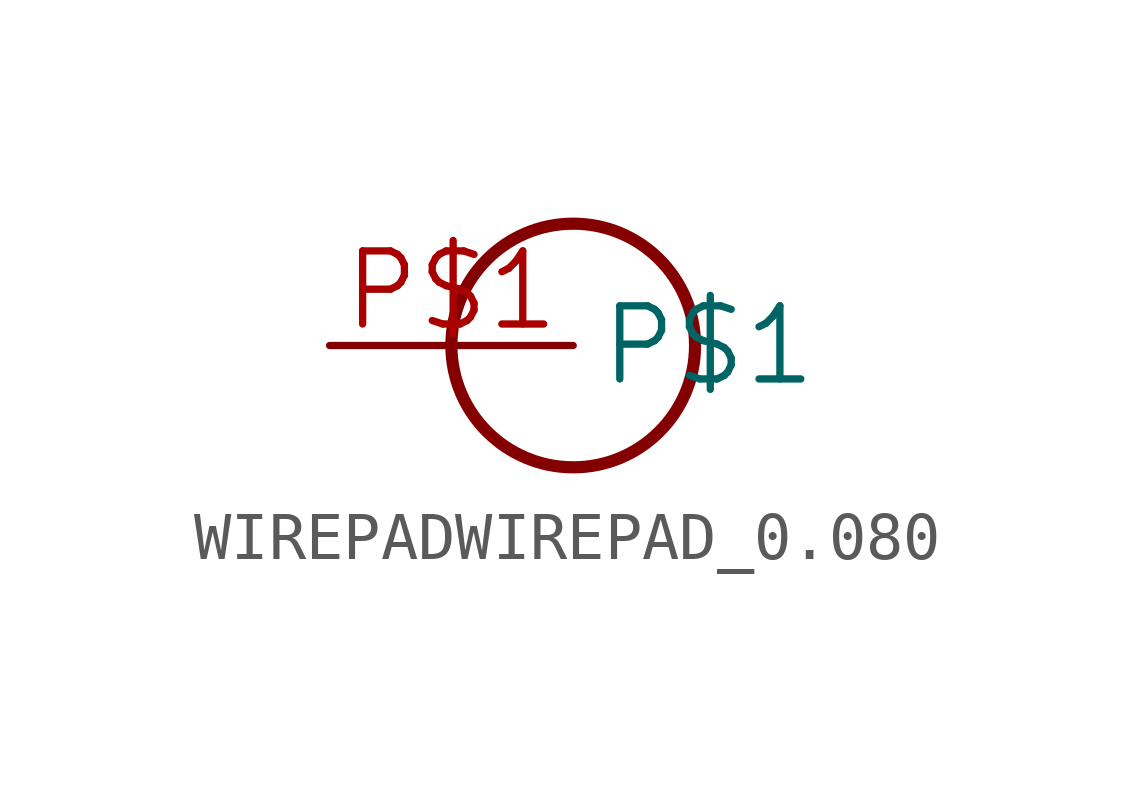
<source format=kicad_sym>
(kicad_symbol_lib
  (version 20241209)
  (generator "kicad_symbol_editor")
  (generator_version "9.0")
  (symbol "WIREPADWIREPAD_0.080"
    (property "Reference" ""
      (at 0 0 0)
      (effects (font (size 1.27 1.27)) (hide yes)))
    (property "ki_locked" ""
      (at 0 0 0)
      (effects (font (size 1.27 1.27))))
    (symbol "WIREPADWIREPAD_0.080_1_0"
      (circle (center 5.08 0) (radius 2.54) (stroke (width 0.254) (type solid)) (fill (type none)))
      (pin bidirectional line (at 0 0 0) (length 5.08) (name "P$1" (effects (font (size 1.524 1.524)))) (number "P$1" (effects (font (size 1.524 1.524))))))))
</source>
